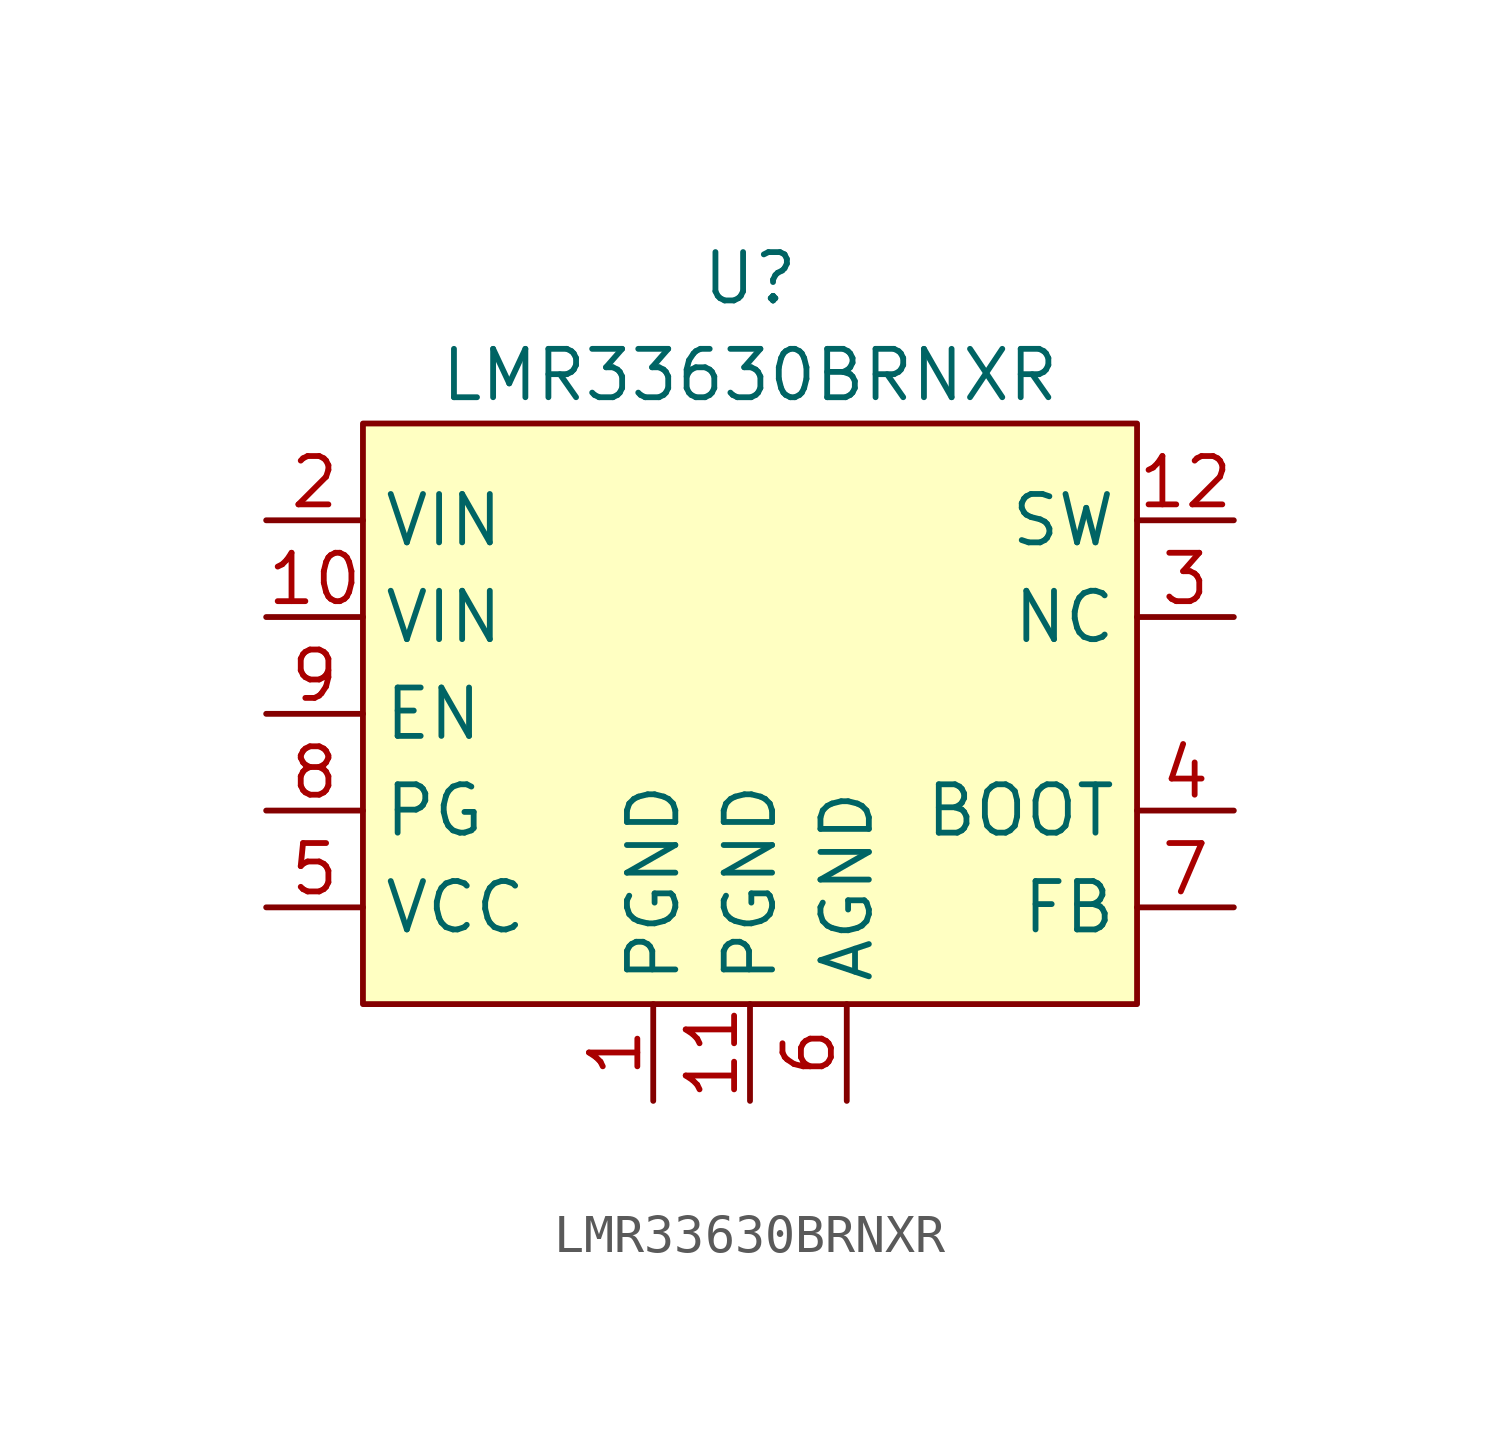
<source format=kicad_sym>
(kicad_symbol_lib
  (version 20220914)
  (generator kicad_symbol_editor)
  (symbol "LMR33630BRNXR"
    (property "Reference" "U"
      (at 0 11.43 0)
      (effects (font (size 1.27 1.27))))
    (property "Value" "LMR33630BRNXR"
      (at 0 8.89 0)
      (effects (font (size 1.27 1.27))))
    (symbol "LMR33630BRNXR_0_0"
      (pin unspecified line (at -2.54 -10.16 90) (length 2.54) (name "PGND" (effects (font (size 1.27 1.27)))) (number "1" (effects (font (size 1.27 1.27)))))
      (pin unspecified line (at -12.7 2.54 0) (length 2.54) (name "VIN" (effects (font (size 1.27 1.27)))) (number "10" (effects (font (size 1.27 1.27)))))
      (pin unspecified line (at 0 -10.16 90) (length 2.54) (name "PGND" (effects (font (size 1.27 1.27)))) (number "11" (effects (font (size 1.27 1.27)))))
      (pin unspecified line (at 12.7 5.08 180) (length 2.54) (name "SW" (effects (font (size 1.27 1.27)))) (number "12" (effects (font (size 1.27 1.27)))))
      (pin unspecified line (at -12.7 5.08 0) (length 2.54) (name "VIN" (effects (font (size 1.27 1.27)))) (number "2" (effects (font (size 1.27 1.27)))))
      (pin unspecified line (at 12.7 2.54 180) (length 2.54) (name "NC" (effects (font (size 1.27 1.27)))) (number "3" (effects (font (size 1.27 1.27)))))
      (pin unspecified line (at 12.7 -2.54 180) (length 2.54) (name "BOOT" (effects (font (size 1.27 1.27)))) (number "4" (effects (font (size 1.27 1.27)))))
      (pin unspecified line (at -12.7 -5.08 0) (length 2.54) (name "VCC" (effects (font (size 1.27 1.27)))) (number "5" (effects (font (size 1.27 1.27)))))
      (pin unspecified line (at 2.54 -10.16 90) (length 2.54) (name "AGND" (effects (font (size 1.27 1.27)))) (number "6" (effects (font (size 1.27 1.27)))))
      (pin unspecified line (at 12.7 -5.08 180) (length 2.54) (name "FB" (effects (font (size 1.27 1.27)))) (number "7" (effects (font (size 1.27 1.27)))))
      (pin unspecified line (at -12.7 -2.54 0) (length 2.54) (name "PG" (effects (font (size 1.27 1.27)))) (number "8" (effects (font (size 1.27 1.27)))))
      (pin unspecified line (at -12.7 0 0) (length 2.54) (name "EN" (effects (font (size 1.27 1.27)))) (number "9" (effects (font (size 1.27 1.27))))))
    (symbol "LMR33630BRNXR_1_1"
      (rectangle (start -10.16 7.62) (end 10.16 -7.62) (stroke (width 0) (type default)) (fill (type background))))))
</source>
